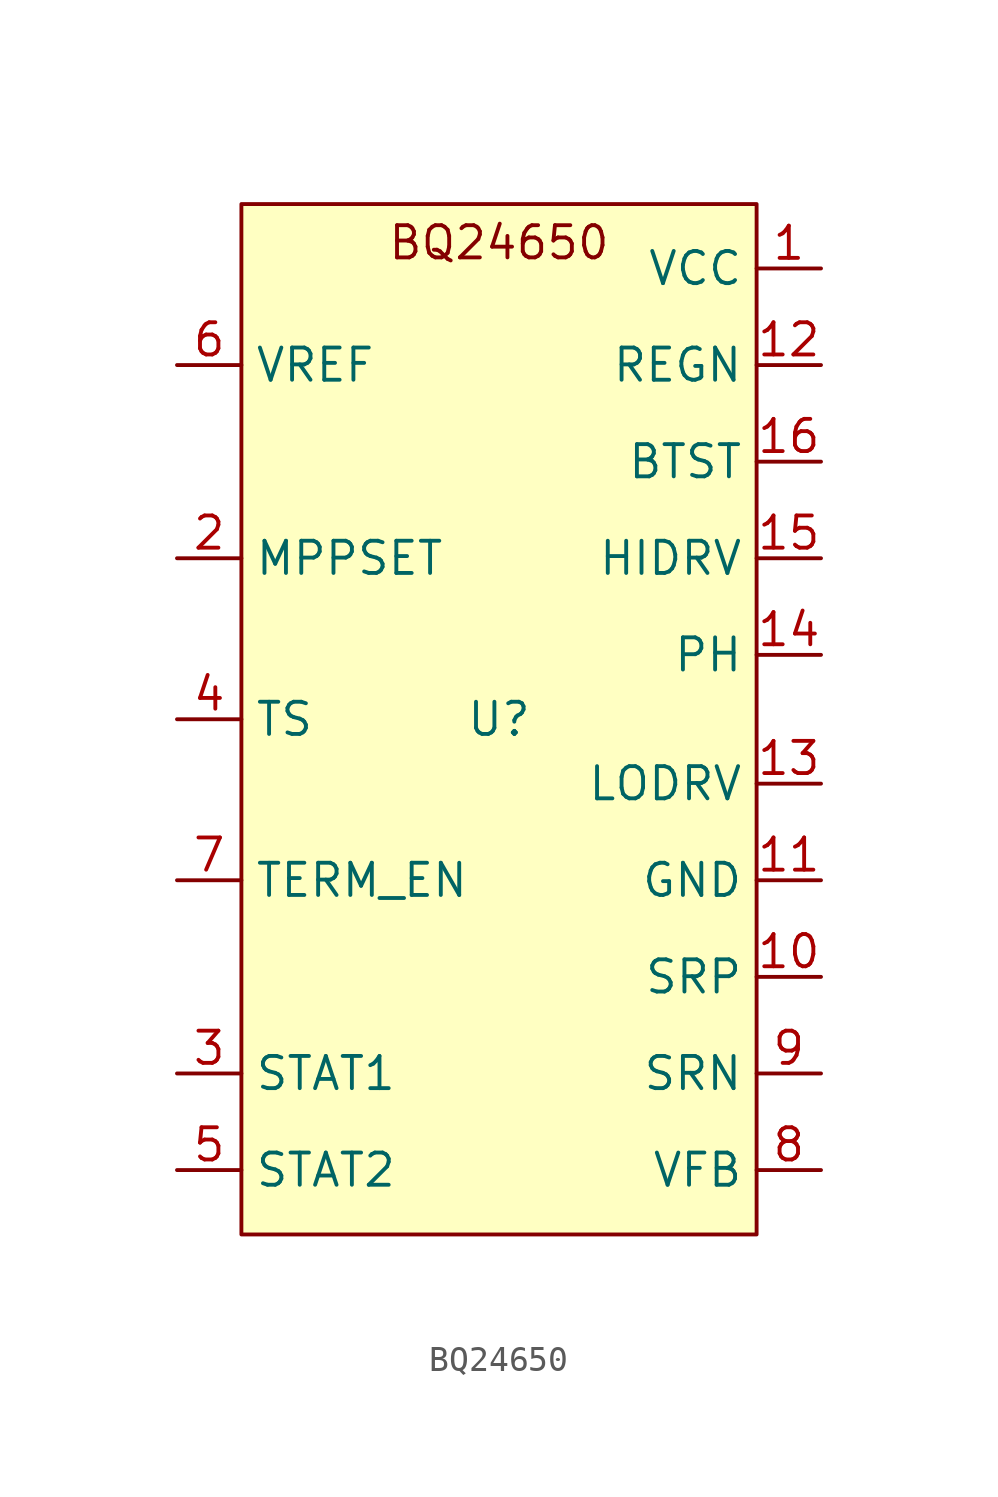
<source format=kicad_sym>
(kicad_symbol_lib
  (version 20231120)
  (generator "kicad_symbol_editor")
  (generator_version "8.0")
  (symbol "BQ24650"
    (property "Reference" "U"
      (at 0 0 0)
      (effects (font (size 1.27 1.27))))
    (property "Value" ""
      (at 0 0 0)
      (effects (font (size 1.27 1.27))))
    (symbol "BQ24650_1_1"
      (rectangle (start -10.16 20.32) (end 10.16 -20.32) (stroke (width 0) (type default)) (fill (type background)))
      (text "BQ24650" (at 0 18.796 0) (effects (font (size 1.27 1.27))))
      (pin power_in line (at 12.7 17.78 180) (length 2.54) (name "VCC" (effects (font (size 1.27 1.27)))) (number "1" (effects (font (size 1.27 1.27)))))
      (pin power_in line (at 12.7 -10.16 180) (length 2.54) (name "SRP" (effects (font (size 1.27 1.27)))) (number "10" (effects (font (size 1.27 1.27)))))
      (pin power_in line (at 12.7 -6.35 180) (length 2.54) (name "GND" (effects (font (size 1.27 1.27)))) (number "11" (effects (font (size 1.27 1.27)))))
      (pin power_out line (at 12.7 13.97 180) (length 2.54) (name "REGN" (effects (font (size 1.27 1.27)))) (number "12" (effects (font (size 1.27 1.27)))))
      (pin output line (at 12.7 -2.54 180) (length 2.54) (name "LODRV" (effects (font (size 1.27 1.27)))) (number "13" (effects (font (size 1.27 1.27)))))
      (pin power_out line (at 12.7 2.54 180) (length 2.54) (name "PH" (effects (font (size 1.27 1.27)))) (number "14" (effects (font (size 1.27 1.27)))))
      (pin output line (at 12.7 6.35 180) (length 2.54) (name "HIDRV" (effects (font (size 1.27 1.27)))) (number "15" (effects (font (size 1.27 1.27)))))
      (pin power_in line (at 12.7 10.16 180) (length 2.54) (name "BTST" (effects (font (size 1.27 1.27)))) (number "16" (effects (font (size 1.27 1.27)))))
      (pin input line (at -12.7 6.35 0) (length 2.54) (name "MPPSET" (effects (font (size 1.27 1.27)))) (number "2" (effects (font (size 1.27 1.27)))))
      (pin output line (at -12.7 -13.97 0) (length 2.54) (name "STAT1" (effects (font (size 1.27 1.27)))) (number "3" (effects (font (size 1.27 1.27)))))
      (pin input line (at -12.7 0 0) (length 2.54) (name "TS" (effects (font (size 1.27 1.27)))) (number "4" (effects (font (size 1.27 1.27)))))
      (pin output line (at -12.7 -17.78 0) (length 2.54) (name "STAT2" (effects (font (size 1.27 1.27)))) (number "5" (effects (font (size 1.27 1.27)))))
      (pin power_out line (at -12.7 13.97 0) (length 2.54) (name "VREF" (effects (font (size 1.27 1.27)))) (number "6" (effects (font (size 1.27 1.27)))))
      (pin input line (at -12.7 -6.35 0) (length 2.54) (name "TERM_EN" (effects (font (size 1.27 1.27)))) (number "7" (effects (font (size 1.27 1.27)))))
      (pin input line (at 12.7 -17.78 180) (length 2.54) (name "VFB" (effects (font (size 1.27 1.27)))) (number "8" (effects (font (size 1.27 1.27)))))
      (pin input line (at 12.7 -13.97 180) (length 2.54) (name "SRN" (effects (font (size 1.27 1.27)))) (number "9" (effects (font (size 1.27 1.27))))))))
</source>
